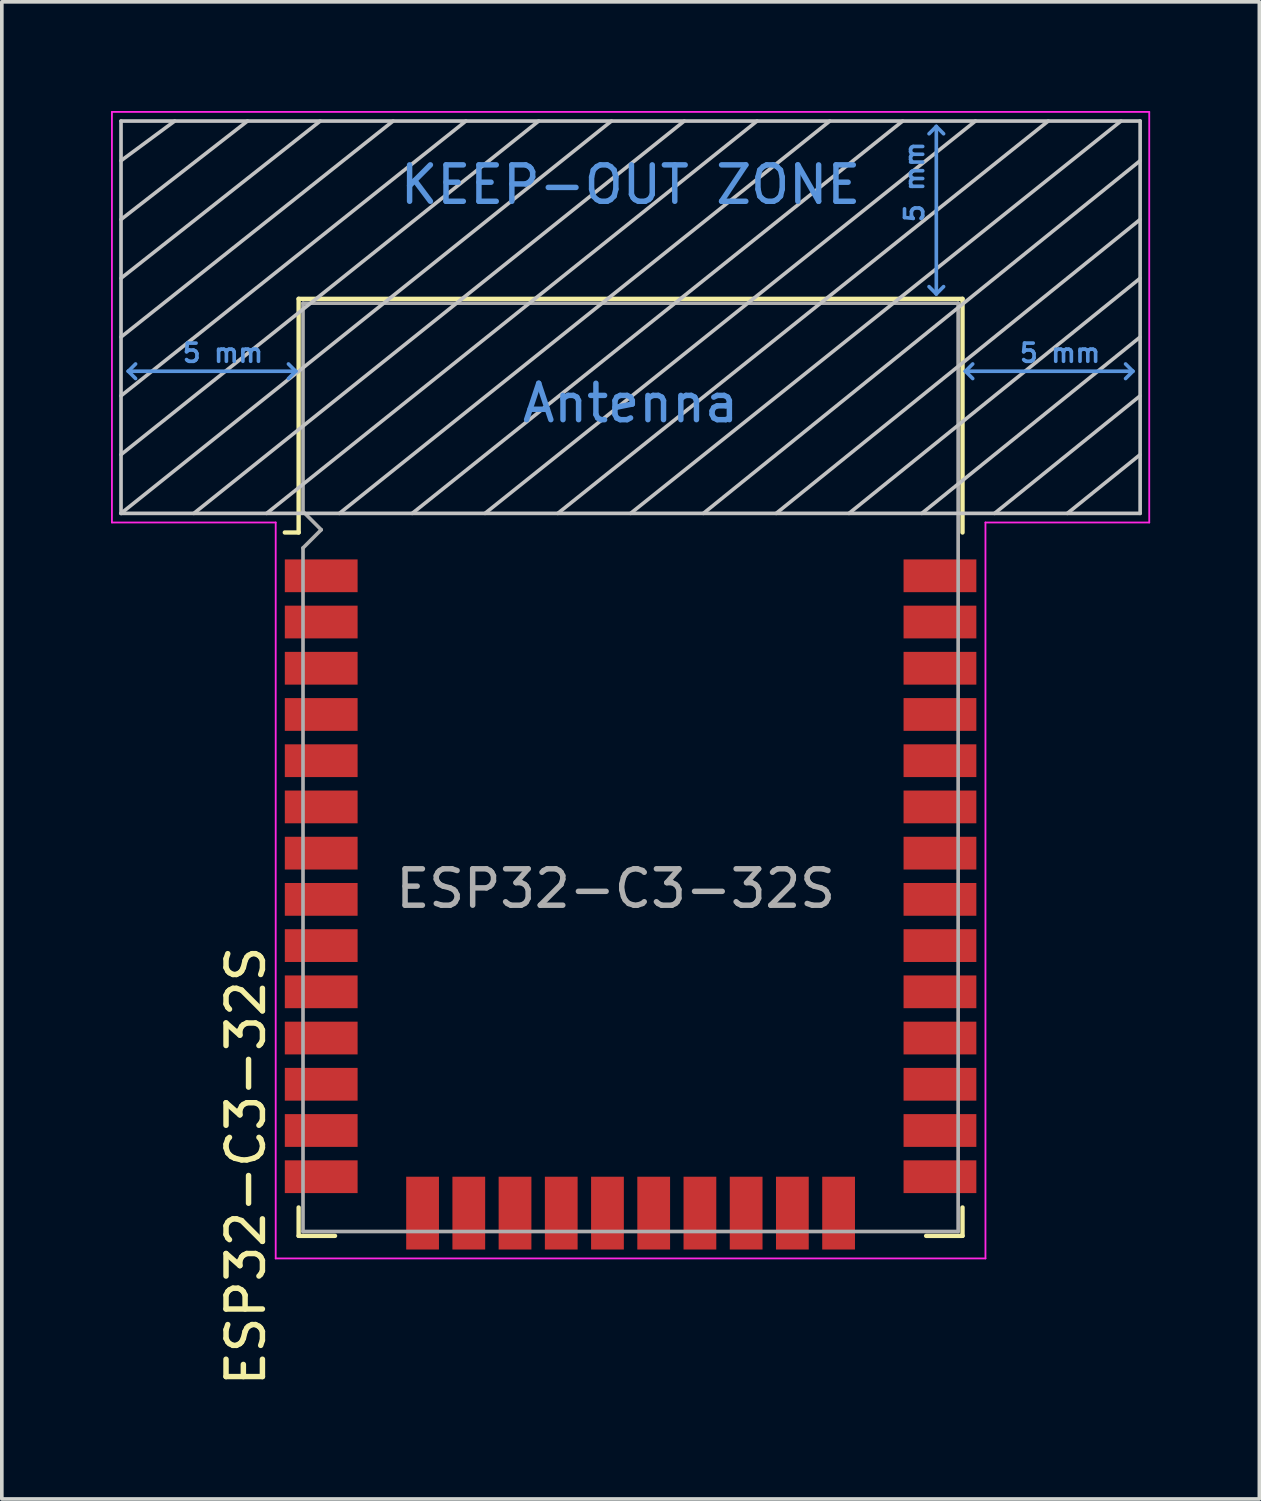
<source format=kicad_pcb>
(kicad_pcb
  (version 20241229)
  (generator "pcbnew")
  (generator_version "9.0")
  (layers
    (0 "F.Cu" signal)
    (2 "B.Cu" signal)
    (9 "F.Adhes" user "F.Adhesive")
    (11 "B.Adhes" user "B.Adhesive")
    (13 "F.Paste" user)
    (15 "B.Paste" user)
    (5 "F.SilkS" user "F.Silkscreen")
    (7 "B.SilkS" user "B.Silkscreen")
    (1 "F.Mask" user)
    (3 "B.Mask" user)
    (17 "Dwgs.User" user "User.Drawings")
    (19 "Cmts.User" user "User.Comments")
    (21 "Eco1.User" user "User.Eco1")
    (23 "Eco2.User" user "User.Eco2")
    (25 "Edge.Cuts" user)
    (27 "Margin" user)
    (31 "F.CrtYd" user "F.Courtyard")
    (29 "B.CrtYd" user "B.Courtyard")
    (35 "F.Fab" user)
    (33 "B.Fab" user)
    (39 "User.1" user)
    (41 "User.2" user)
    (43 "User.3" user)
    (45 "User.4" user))
  (footprint "ESP32-C3-32S"
    (layer "F.Cu")
    (at 13.865 21.365)
    (property "Reference" "ESP32-C3-32S" (at -10.16 7.62 90) (unlocked yes) (layer "F.SilkS") (effects (font (size 1 1) (thickness 0.15))))
    (attr smd)
    (fp_line (start -8.71 -16.205) (end -8.71 -9.785) (stroke (width 0.12) (type solid)) (layer "F.SilkS"))
    (fp_line (start -8.71 -16.205) (end 9.53 -16.205) (stroke (width 0.12) (type solid)) (layer "F.SilkS"))
    (fp_line (start -8.71 -9.785) (end -9.09 -9.785) (stroke (width 0.12) (type solid)) (layer "F.SilkS"))
    (fp_line (start -8.71 8.76) (end -8.71 9.54) (stroke (width 0.12) (type solid)) (layer "F.SilkS"))
    (fp_line (start -8.71 9.54) (end -7.71 9.54) (stroke (width 0.12) (type solid)) (layer "F.SilkS"))
    (fp_line (start 9.53 -16.205) (end 9.53 -9.785) (stroke (width 0.12) (type solid)) (layer "F.SilkS"))
    (fp_line (start 9.53 8.76) (end 9.53 9.54) (stroke (width 0.12) (type solid)) (layer "F.SilkS"))
    (fp_line (start 9.53 9.54) (end 8.53 9.54) (stroke (width 0.12) (type solid)) (layer "F.SilkS"))
    (fp_line (start -13.59 -10.31) (end -13.59 -21.09) (stroke (width 0.1) (type solid)) (layer "Dwgs.User"))
    (fp_line (start -12.115 -21.09) (end -13.59 -20) (stroke (width 0.1) (type solid)) (layer "Dwgs.User"))
    (fp_line (start -10.115 -21.09) (end -13.59 -18.385) (stroke (width 0.1) (type solid)) (layer "Dwgs.User"))
    (fp_line (start -8.115 -21.09) (end -13.59 -16.77) (stroke (width 0.1) (type solid)) (layer "Dwgs.User"))
    (fp_line (start -7.59 -10.31) (end 5.885 -21.09) (stroke (width 0.1) (type solid)) (layer "Dwgs.User"))
    (fp_line (start -6.115 -21.09) (end -13.59 -15.155) (stroke (width 0.1) (type solid)) (layer "Dwgs.User"))
    (fp_line (start -4.115 -21.09) (end -13.59 -13.54) (stroke (width 0.1) (type solid)) (layer "Dwgs.User"))
    (fp_line (start -2.115 -21.09) (end -13.59 -11.925) (stroke (width 0.1) (type solid)) (layer "Dwgs.User"))
    (fp_line (start -0.115 -21.09) (end -13.59 -10.31) (stroke (width 0.1) (type solid)) (layer "Dwgs.User"))
    (fp_line (start 1.885 -21.09) (end -11.59 -10.31) (stroke (width 0.1) (type solid)) (layer "Dwgs.User"))
    (fp_line (start 3.885 -21.09) (end -9.59 -10.31) (stroke (width 0.1) (type solid)) (layer "Dwgs.User"))
    (fp_line (start 7.885 -21.09) (end -5.59 -10.31) (stroke (width 0.1) (type solid)) (layer "Dwgs.User"))
    (fp_line (start 9.885 -21.09) (end -3.59 -10.31) (stroke (width 0.1) (type solid)) (layer "Dwgs.User"))
    (fp_line (start 11.885 -21.09) (end -1.59 -10.31) (stroke (width 0.1) (type solid)) (layer "Dwgs.User"))
    (fp_line (start 13.885 -21.09) (end 0.41 -10.31) (stroke (width 0.1) (type solid)) (layer "Dwgs.User"))
    (fp_line (start 14.41 -21.09) (end -13.59 -21.09) (stroke (width 0.1) (type solid)) (layer "Dwgs.User"))
    (fp_line (start 14.41 -20) (end 2.41 -10.31) (stroke (width 0.1) (type solid)) (layer "Dwgs.User"))
    (fp_line (start 14.41 -18.385) (end 4.41 -10.31) (stroke (width 0.1) (type solid)) (layer "Dwgs.User"))
    (fp_line (start 14.41 -16.77) (end 6.41 -10.31) (stroke (width 0.1) (type solid)) (layer "Dwgs.User"))
    (fp_line (start 14.41 -15.155) (end 8.41 -10.31) (stroke (width 0.1) (type solid)) (layer "Dwgs.User"))
    (fp_line (start 14.41 -13.54) (end 10.41 -10.31) (stroke (width 0.1) (type solid)) (layer "Dwgs.User"))
    (fp_line (start 14.41 -11.925) (end 12.41 -10.31) (stroke (width 0.1) (type solid)) (layer "Dwgs.User"))
    (fp_line (start 14.41 -10.31) (end -13.59 -10.31) (stroke (width 0.1) (type solid)) (layer "Dwgs.User"))
    (fp_line (start 14.41 -10.31) (end 14.41 -21.09) (stroke (width 0.1) (type solid)) (layer "Dwgs.User"))
    (fp_line (start -13.39 -14.215) (end -13.19 -14.415) (stroke (width 0.1) (type solid)) (layer "Cmts.User"))
    (fp_line (start -13.39 -14.215) (end -13.19 -14.015) (stroke (width 0.1) (type solid)) (layer "Cmts.User"))
    (fp_line (start -13.39 -14.215) (end -8.79 -14.215) (stroke (width 0.1) (type solid)) (layer "Cmts.User"))
    (fp_line (start -8.79 -14.215) (end -8.99 -14.415) (stroke (width 0.1) (type solid)) (layer "Cmts.User"))
    (fp_line (start -8.79 -14.215) (end -8.99 -14.015) (stroke (width 0.1) (type solid)) (layer "Cmts.User"))
    (fp_line (start 8.81 -20.94) (end 8.61 -20.74) (stroke (width 0.1) (type solid)) (layer "Cmts.User"))
    (fp_line (start 8.81 -20.94) (end 9.01 -20.74) (stroke (width 0.1) (type solid)) (layer "Cmts.User"))
    (fp_line (start 8.81 -16.34) (end 8.61 -16.54) (stroke (width 0.1) (type solid)) (layer "Cmts.User"))
    (fp_line (start 8.81 -16.34) (end 8.81 -20.94) (stroke (width 0.1) (type solid)) (layer "Cmts.User"))
    (fp_line (start 8.81 -16.34) (end 9.01 -16.54) (stroke (width 0.1) (type solid)) (layer "Cmts.User"))
    (fp_line (start 9.61 -14.215) (end 9.81 -14.415) (stroke (width 0.1) (type solid)) (layer "Cmts.User"))
    (fp_line (start 9.61 -14.215) (end 9.81 -14.015) (stroke (width 0.1) (type solid)) (layer "Cmts.User"))
    (fp_line (start 9.61 -14.215) (end 14.21 -14.215) (stroke (width 0.1) (type solid)) (layer "Cmts.User"))
    (fp_line (start 14.21 -14.215) (end 14.01 -14.415) (stroke (width 0.1) (type solid)) (layer "Cmts.User"))
    (fp_line (start 14.21 -14.215) (end 14.01 -14.015) (stroke (width 0.1) (type solid)) (layer "Cmts.User"))
    (fp_line (start -13.84 -21.34) (end -13.84 -10.06) (stroke (width 0.05) (type solid)) (layer "F.CrtYd"))
    (fp_line (start -13.84 -21.34) (end 14.66 -21.34) (stroke (width 0.05) (type solid)) (layer "F.CrtYd"))
    (fp_line (start -13.84 -10.06) (end -9.34 -10.06) (stroke (width 0.05) (type solid)) (layer "F.CrtYd"))
    (fp_line (start -9.34 10.16) (end -9.34 -10.06) (stroke (width 0.05) (type solid)) (layer "F.CrtYd"))
    (fp_line (start -9.34 10.16) (end 10.16 10.16) (stroke (width 0.05) (type solid)) (layer "F.CrtYd"))
    (fp_line (start 10.16 -10.06) (end 10.16 10.16) (stroke (width 0.05) (type solid)) (layer "F.CrtYd"))
    (fp_line (start 10.16 -10.06) (end 14.66 -10.06) (stroke (width 0.05) (type solid)) (layer "F.CrtYd"))
    (fp_line (start 14.66 -21.34) (end 14.66 -10.06) (stroke (width 0.05) (type solid)) (layer "F.CrtYd"))
    (fp_line (start -8.59 -16.085) (end -8.59 -10.36) (stroke (width 0.1) (type solid)) (layer "F.Fab"))
    (fp_line (start -8.59 -16.085) (end 9.41 -16.085) (stroke (width 0.1) (type solid)) (layer "F.Fab"))
    (fp_line (start -8.59 -9.36) (end -8.59 9.42) (stroke (width 0.1) (type solid)) (layer "F.Fab"))
    (fp_line (start -8.59 -9.36) (end -8.09 -9.86) (stroke (width 0.1) (type solid)) (layer "F.Fab"))
    (fp_line (start -8.59 9.42) (end 9.41 9.42) (stroke (width 0.1) (type solid)) (layer "F.Fab"))
    (fp_line (start -8.09 -9.86) (end -8.59 -10.36) (stroke (width 0.1) (type solid)) (layer "F.Fab"))
    (fp_line (start 9.41 9.42) (end 9.41 -16.085) (stroke (width 0.1) (type solid)) (layer "F.Fab"))
    (fp_text user "5 mm" (at 12.21 -14.715 0) (layer "Cmts.User") (effects (font (size 0.5 0.5) (thickness 0.1))))
    (fp_text user "KEEP-OUT ZONE" (at 0.41 -19.34 0) (layer "Cmts.User") (effects (font (size 1 1) (thickness 0.15))))
    (fp_text user "5 mm" (at -10.79 -14.715 0) (layer "Cmts.User") (effects (font (size 0.5 0.5) (thickness 0.1))))
    (fp_text user "5 mm" (at 8.21 -19.415 90) (layer "Cmts.User") (effects (font (size 0.5 0.5) (thickness 0.1))))
    (fp_text user "Antenna" (at 0.41 -13.34 0) (layer "Cmts.User") (effects (font (size 1 1) (thickness 0.15))))
    (fp_text user "${REFERENCE}" (at 0 0 0) (layer "F.Fab") (effects (font (size 1 1) (thickness 0.15))))
    (pad "1" smd rect (at -8.09 -8.595) (size 2 0.9) (layers "F.Cu" "F.Mask" "F.Paste"))
    (pad "2" smd rect (at -8.09 -7.325) (size 2 0.9) (layers "F.Cu" "F.Mask" "F.Paste"))
    (pad "3" smd rect (at -8.09 -6.055) (size 2 0.9) (layers "F.Cu" "F.Mask" "F.Paste"))
    (pad "4" smd rect (at -8.09 -4.785) (size 2 0.9) (layers "F.Cu" "F.Mask" "F.Paste"))
    (pad "5" smd rect (at -8.09 -3.515) (size 2 0.9) (layers "F.Cu" "F.Mask" "F.Paste"))
    (pad "6" smd rect (at -8.09 -2.245) (size 2 0.9) (layers "F.Cu" "F.Mask" "F.Paste"))
    (pad "7" smd rect (at -8.09 -0.975) (size 2 0.9) (layers "F.Cu" "F.Mask" "F.Paste"))
    (pad "8" smd rect (at -8.09 0.295) (size 2 0.9) (layers "F.Cu" "F.Mask" "F.Paste"))
    (pad "9" smd rect (at -8.09 1.565) (size 2 0.9) (layers "F.Cu" "F.Mask" "F.Paste"))
    (pad "10" smd rect (at -8.09 2.835) (size 2 0.9) (layers "F.Cu" "F.Mask" "F.Paste"))
    (pad "11" smd rect (at -8.09 4.105) (size 2 0.9) (layers "F.Cu" "F.Mask" "F.Paste"))
    (pad "12" smd rect (at -8.09 5.375) (size 2 0.9) (layers "F.Cu" "F.Mask" "F.Paste"))
    (pad "13" smd rect (at -8.09 6.645) (size 2 0.9) (layers "F.Cu" "F.Mask" "F.Paste"))
    (pad "14" smd rect (at -8.09 7.915) (size 2 0.9) (layers "F.Cu" "F.Mask" "F.Paste"))
    (pad "15" smd rect (at -5.305 8.915 90) (size 2 0.9) (layers "F.Cu" "F.Mask" "F.Paste"))
    (pad "16" smd rect (at -4.035 8.915 90) (size 2 0.9) (layers "F.Cu" "F.Mask" "F.Paste"))
    (pad "17" smd rect (at -2.765 8.915 90) (size 2 0.9) (layers "F.Cu" "F.Mask" "F.Paste"))
    (pad "18" smd rect (at -1.495 8.915 90) (size 2 0.9) (layers "F.Cu" "F.Mask" "F.Paste"))
    (pad "19" smd rect (at -0.225 8.915 90) (size 2 0.9) (layers "F.Cu" "F.Mask" "F.Paste"))
    (pad "20" smd rect (at 1.045 8.915 90) (size 2 0.9) (layers "F.Cu" "F.Mask" "F.Paste"))
    (pad "21" smd rect (at 2.315 8.915 90) (size 2 0.9) (layers "F.Cu" "F.Mask" "F.Paste"))
    (pad "22" smd rect (at 3.585 8.915 90) (size 2 0.9) (layers "F.Cu" "F.Mask" "F.Paste"))
    (pad "23" smd rect (at 4.855 8.915 90) (size 2 0.9) (layers "F.Cu" "F.Mask" "F.Paste"))
    (pad "24" smd rect (at 6.125 8.915 90) (size 2 0.9) (layers "F.Cu" "F.Mask" "F.Paste"))
    (pad "25" smd rect (at 8.91 7.915) (size 2 0.9) (layers "F.Cu" "F.Mask" "F.Paste"))
    (pad "26" smd rect (at 8.91 6.645) (size 2 0.9) (layers "F.Cu" "F.Mask" "F.Paste"))
    (pad "27" smd rect (at 8.91 5.375) (size 2 0.9) (layers "F.Cu" "F.Mask" "F.Paste"))
    (pad "28" smd rect (at 8.91 4.105) (size 2 0.9) (layers "F.Cu" "F.Mask" "F.Paste"))
    (pad "29" smd rect (at 8.91 2.835) (size 2 0.9) (layers "F.Cu" "F.Mask" "F.Paste"))
    (pad "30" smd rect (at 8.91 1.565) (size 2 0.9) (layers "F.Cu" "F.Mask" "F.Paste"))
    (pad "31" smd rect (at 8.91 0.295) (size 2 0.9) (layers "F.Cu" "F.Mask" "F.Paste"))
    (pad "32" smd rect (at 8.91 -0.975) (size 2 0.9) (layers "F.Cu" "F.Mask" "F.Paste"))
    (pad "33" smd rect (at 8.91 -2.245) (size 2 0.9) (layers "F.Cu" "F.Mask" "F.Paste"))
    (pad "34" smd rect (at 8.91 -3.515) (size 2 0.9) (layers "F.Cu" "F.Mask" "F.Paste"))
    (pad "35" smd rect (at 8.91 -4.785) (size 2 0.9) (layers "F.Cu" "F.Mask" "F.Paste"))
    (pad "36" smd rect (at 8.91 -6.055) (size 2 0.9) (layers "F.Cu" "F.Mask" "F.Paste"))
    (pad "37" smd rect (at 8.91 -7.325) (size 2 0.9) (layers "F.Cu" "F.Mask" "F.Paste"))
    (pad "38" smd rect (at 8.91 -8.595) (size 2 0.9) (layers "F.Cu" "F.Mask" "F.Paste"))
    (zone (net_name "") (layers "F.Cu" "B.Cu") (name "Antenna") (hatch edge 0.508) (connect_pads) (min_thickness 0.254) (filled_areas_thickness no) (keepout (tracks not_allowed) (vias not_allowed) (pads not_allowed) (copperpour not_allowed) (footprints not_allowed)) (placement (enabled no)) (fill) (polygon (pts (xy 28.274 11.054) (xy 0.285 11.051) (xy 0.273 0.285) (xy 28.28 0.279)))))
  (gr_rect
    (start -3 -3)
    (end 31.55 38.134)
    (stroke (width 0.1) (type default))
    (fill no)
    (layer "Edge.Cuts")))
</source>
